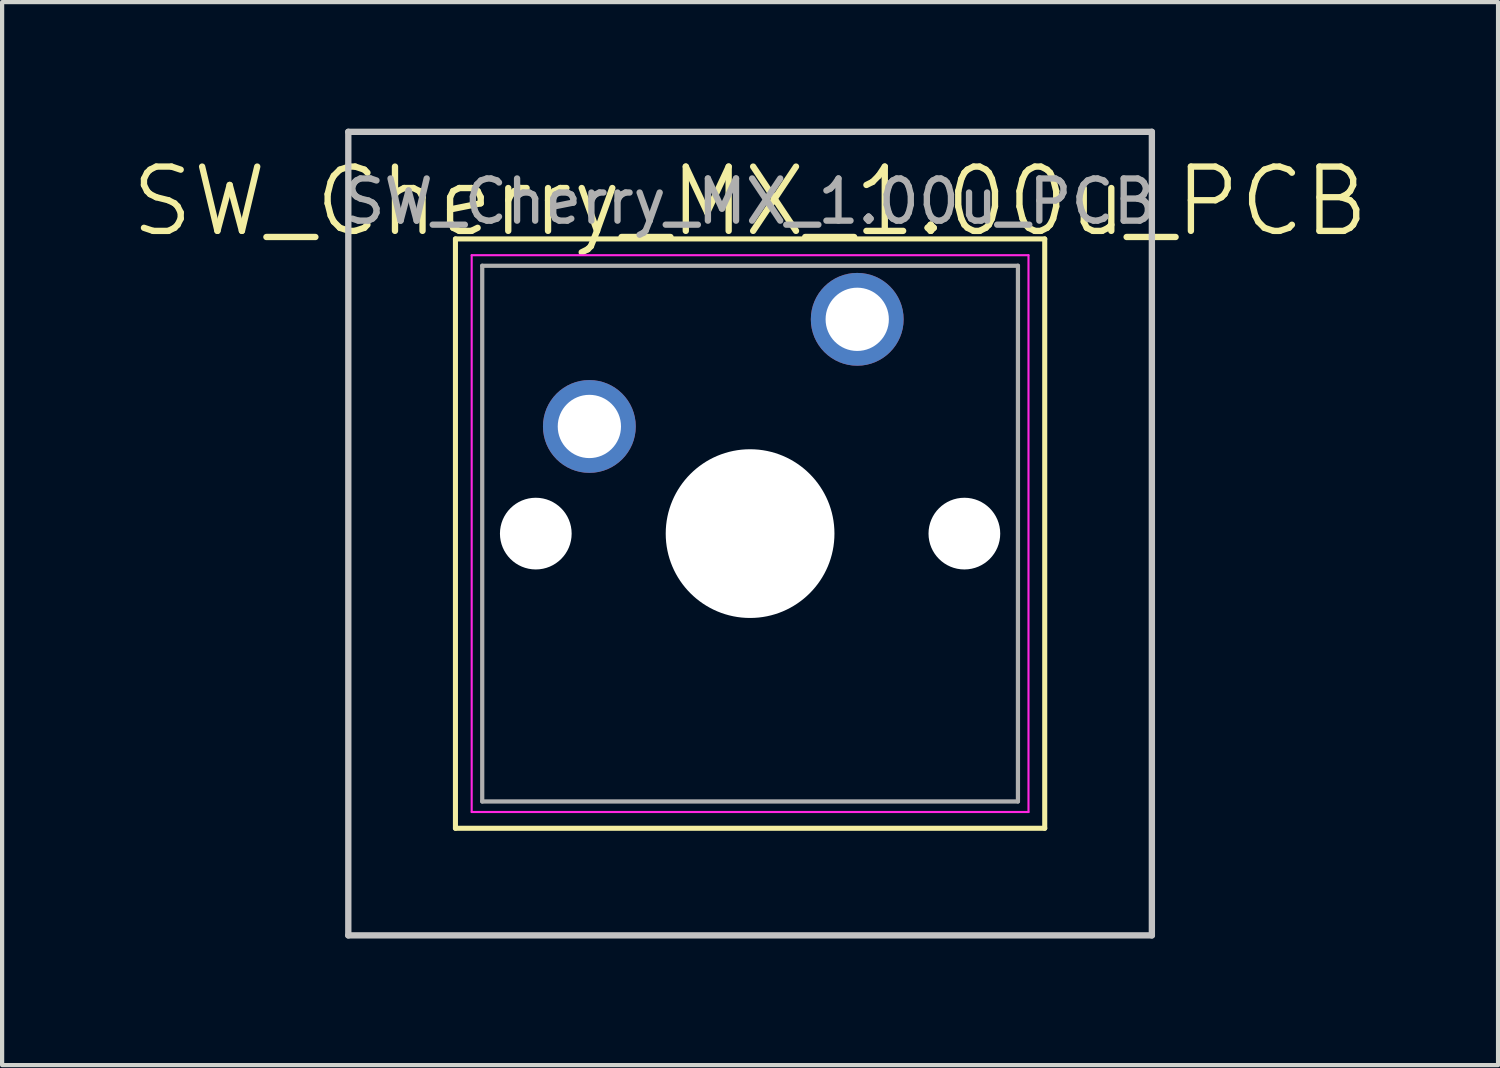
<source format=kicad_pcb>
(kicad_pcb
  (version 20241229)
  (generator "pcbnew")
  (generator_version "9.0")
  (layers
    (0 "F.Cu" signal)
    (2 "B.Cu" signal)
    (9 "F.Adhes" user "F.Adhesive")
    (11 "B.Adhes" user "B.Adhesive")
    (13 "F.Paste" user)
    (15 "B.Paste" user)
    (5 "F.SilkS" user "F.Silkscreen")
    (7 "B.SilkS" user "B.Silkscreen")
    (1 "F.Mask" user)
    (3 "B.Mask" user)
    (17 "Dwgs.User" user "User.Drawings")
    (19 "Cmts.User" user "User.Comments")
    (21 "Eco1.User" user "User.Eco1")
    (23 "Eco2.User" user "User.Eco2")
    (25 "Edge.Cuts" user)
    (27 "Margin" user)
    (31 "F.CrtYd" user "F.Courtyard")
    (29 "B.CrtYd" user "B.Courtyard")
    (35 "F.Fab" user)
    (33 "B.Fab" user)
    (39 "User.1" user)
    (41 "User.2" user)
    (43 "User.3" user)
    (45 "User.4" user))
  (footprint "SW_Cherry_MX_1.00u_PCB"
    (layer "F.Cu")
    (at 17.272 4.52)
    (property "Reference" "SW_Cherry_MX_1.00u_PCB" (at -2.54 -2.794 0) (layer "F.SilkS") (effects (font (size 1.524 1.524) (thickness 0.15))))
    (attr through_hole)
    (fp_line (start -9.525 -1.905) (end 4.445 -1.905) (stroke (width 0.12) (type solid)) (layer "F.SilkS"))
    (fp_line (start -9.525 12.065) (end -9.525 -1.905) (stroke (width 0.12) (type solid)) (layer "F.SilkS"))
    (fp_line (start 4.445 -1.905) (end 4.445 12.065) (stroke (width 0.12) (type solid)) (layer "F.SilkS"))
    (fp_line (start 4.445 12.065) (end -9.525 12.065) (stroke (width 0.12) (type solid)) (layer "F.SilkS"))
    (fp_line (start -12.065 -4.445) (end 6.985 -4.445) (stroke (width 0.15) (type solid)) (layer "Dwgs.User"))
    (fp_line (start -12.065 14.605) (end -12.065 -4.445) (stroke (width 0.15) (type solid)) (layer "Dwgs.User"))
    (fp_line (start 6.985 -4.445) (end 6.985 14.605) (stroke (width 0.15) (type solid)) (layer "Dwgs.User"))
    (fp_line (start 6.985 14.605) (end -12.065 14.605) (stroke (width 0.15) (type solid)) (layer "Dwgs.User"))
    (fp_line (start -9.14 -1.52) (end 4.06 -1.52) (stroke (width 0.05) (type solid)) (layer "F.CrtYd"))
    (fp_line (start -9.14 11.68) (end -9.14 -1.52) (stroke (width 0.05) (type solid)) (layer "F.CrtYd"))
    (fp_line (start 4.06 -1.52) (end 4.06 11.68) (stroke (width 0.05) (type solid)) (layer "F.CrtYd"))
    (fp_line (start 4.06 11.68) (end -9.14 11.68) (stroke (width 0.05) (type solid)) (layer "F.CrtYd"))
    (fp_line (start -8.89 -1.27) (end 3.81 -1.27) (stroke (width 0.1) (type solid)) (layer "F.Fab"))
    (fp_line (start -8.89 11.43) (end -8.89 -1.27) (stroke (width 0.1) (type solid)) (layer "F.Fab"))
    (fp_line (start 3.81 -1.27) (end 3.81 11.43) (stroke (width 0.1) (type solid)) (layer "F.Fab"))
    (fp_line (start 3.81 11.43) (end -8.89 11.43) (stroke (width 0.1) (type solid)) (layer "F.Fab"))
    (fp_text user "${REFERENCE}" (at -2.54 -2.794 0) (layer "F.Fab") (effects (font (size 1 1) (thickness 0.15))))
    (pad "" np_thru_hole circle (at -7.62 5.08) (size 1.7 1.7) (drill 1.7) (layers "*.Cu" "*.Mask"))
    (pad "" np_thru_hole circle (at -2.54 5.08) (size 4 4) (drill 4) (layers "*.Cu" "*.Mask"))
    (pad "" np_thru_hole circle (at 2.54 5.08) (size 1.7 1.7) (drill 1.7) (layers "*.Cu" "*.Mask"))
    (pad "1" thru_hole circle (at 0 0) (size 2.2 2.2) (drill 1.5) (layers "*.Cu" "*.Mask"))
    (pad "2" thru_hole circle (at -6.35 2.54) (size 2.2 2.2) (drill 1.5) (layers "*.Cu" "*.Mask")))
  (gr_rect
    (start -3 -3)
    (end 32.464 22.2)
    (stroke (width 0.1) (type default))
    (fill no)
    (layer "Edge.Cuts")))
</source>
